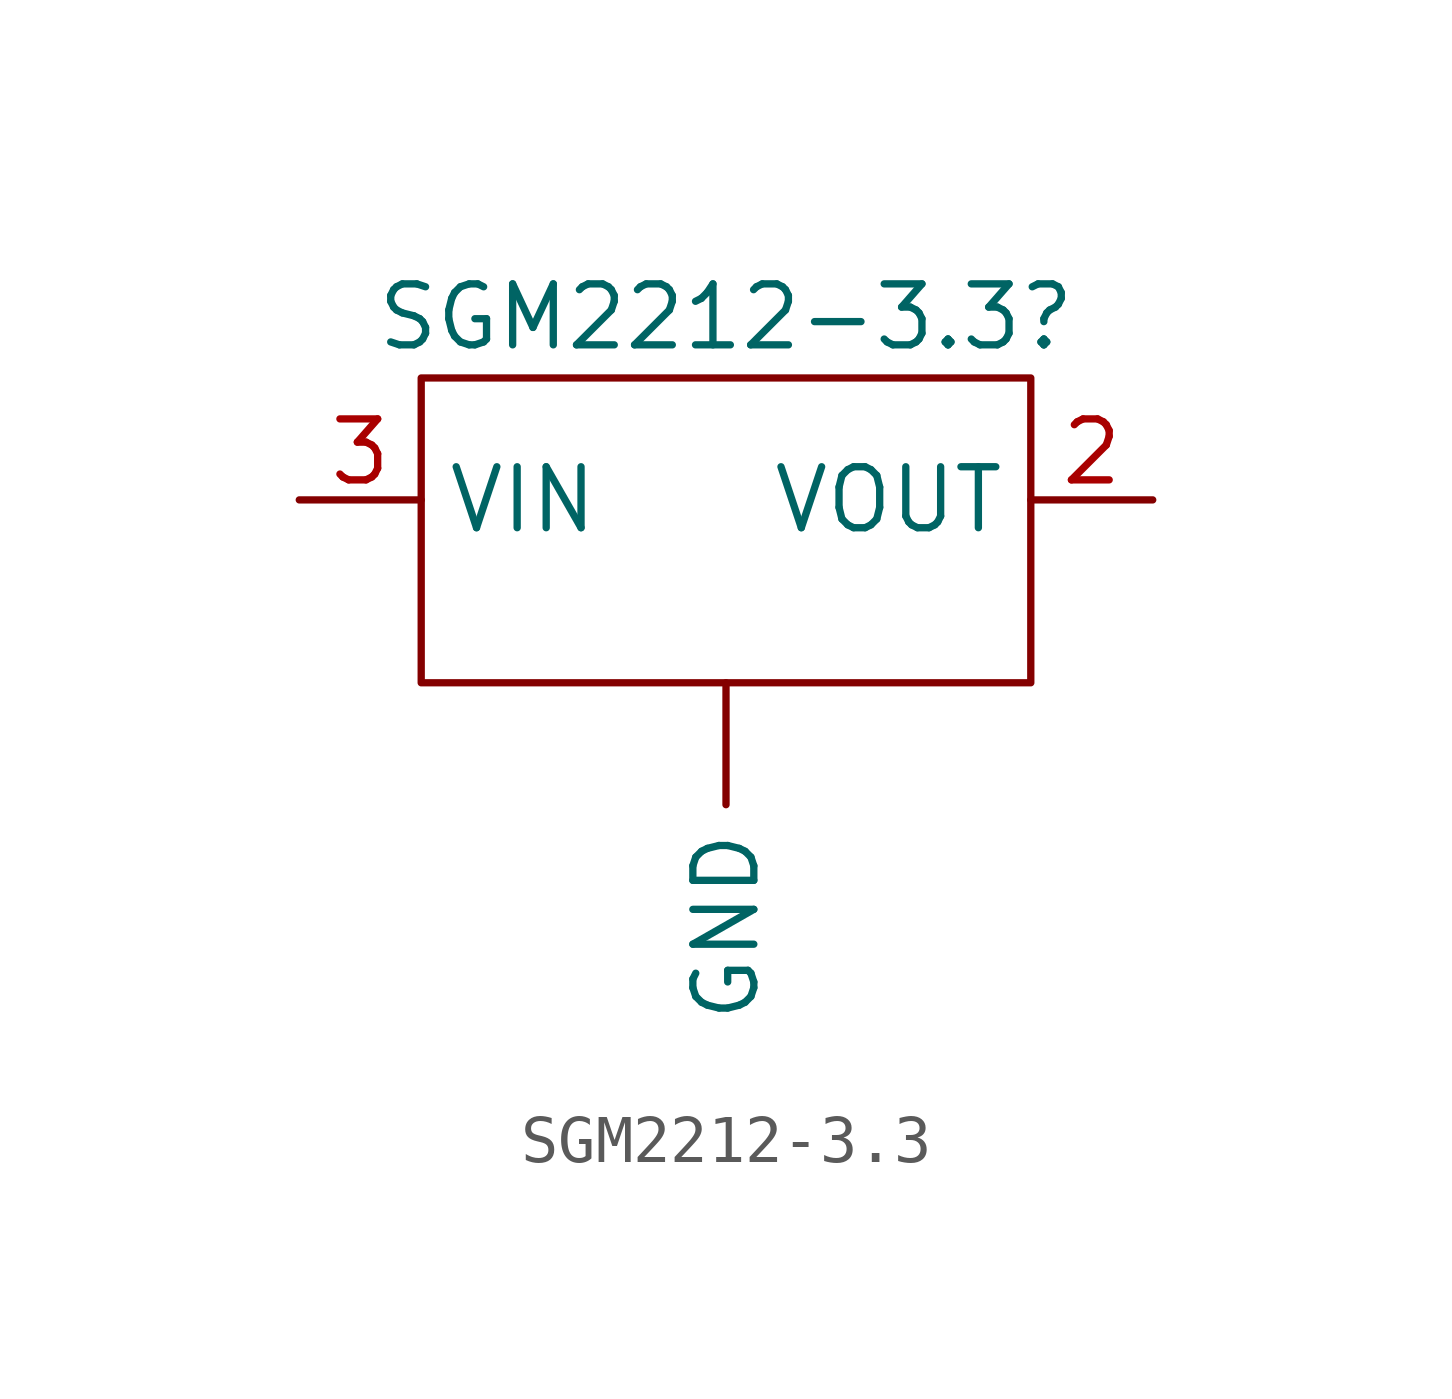
<source format=kicad_sym>
(kicad_symbol_lib
  (version 20241209)
  (generator "kicad_symbol_editor")
  (generator_version "9.0")
  (symbol "SGM2212-3.3"
    (property "Reference" "SGM2212-3.3"
      (at 0 0 0)
      (effects (font (size 1.27 1.27))))
    (property "Value" ""
      (at 0 0 0)
      (effects (font (size 1.27 1.27))))
    (symbol "SGM2212-3.3_0_1"
      (rectangle (start -6.35 -1.27) (end 6.35 -7.62) (stroke (width 0) (type default)) (fill (type none))))
    (symbol "SGM2212-3.3_1_1"
      (pin input line (at -8.89 -3.81 0) (length 2.54) (name "VIN" (effects (font (size 1.27 1.27)))) (number "3" (effects (font (size 1.27 1.27)))))
      (pin input line (at 0 -7.62 270) (length 2.54) (name "GND" (effects (font (size 1.27 1.27)))) (number "" (effects (font (size 1.27 1.27)))))
      (pin output line (at 8.89 -3.81 180) (length 2.54) (name "VOUT" (effects (font (size 1.27 1.27)))) (number "2" (effects (font (size 1.27 1.27))))))))
</source>
